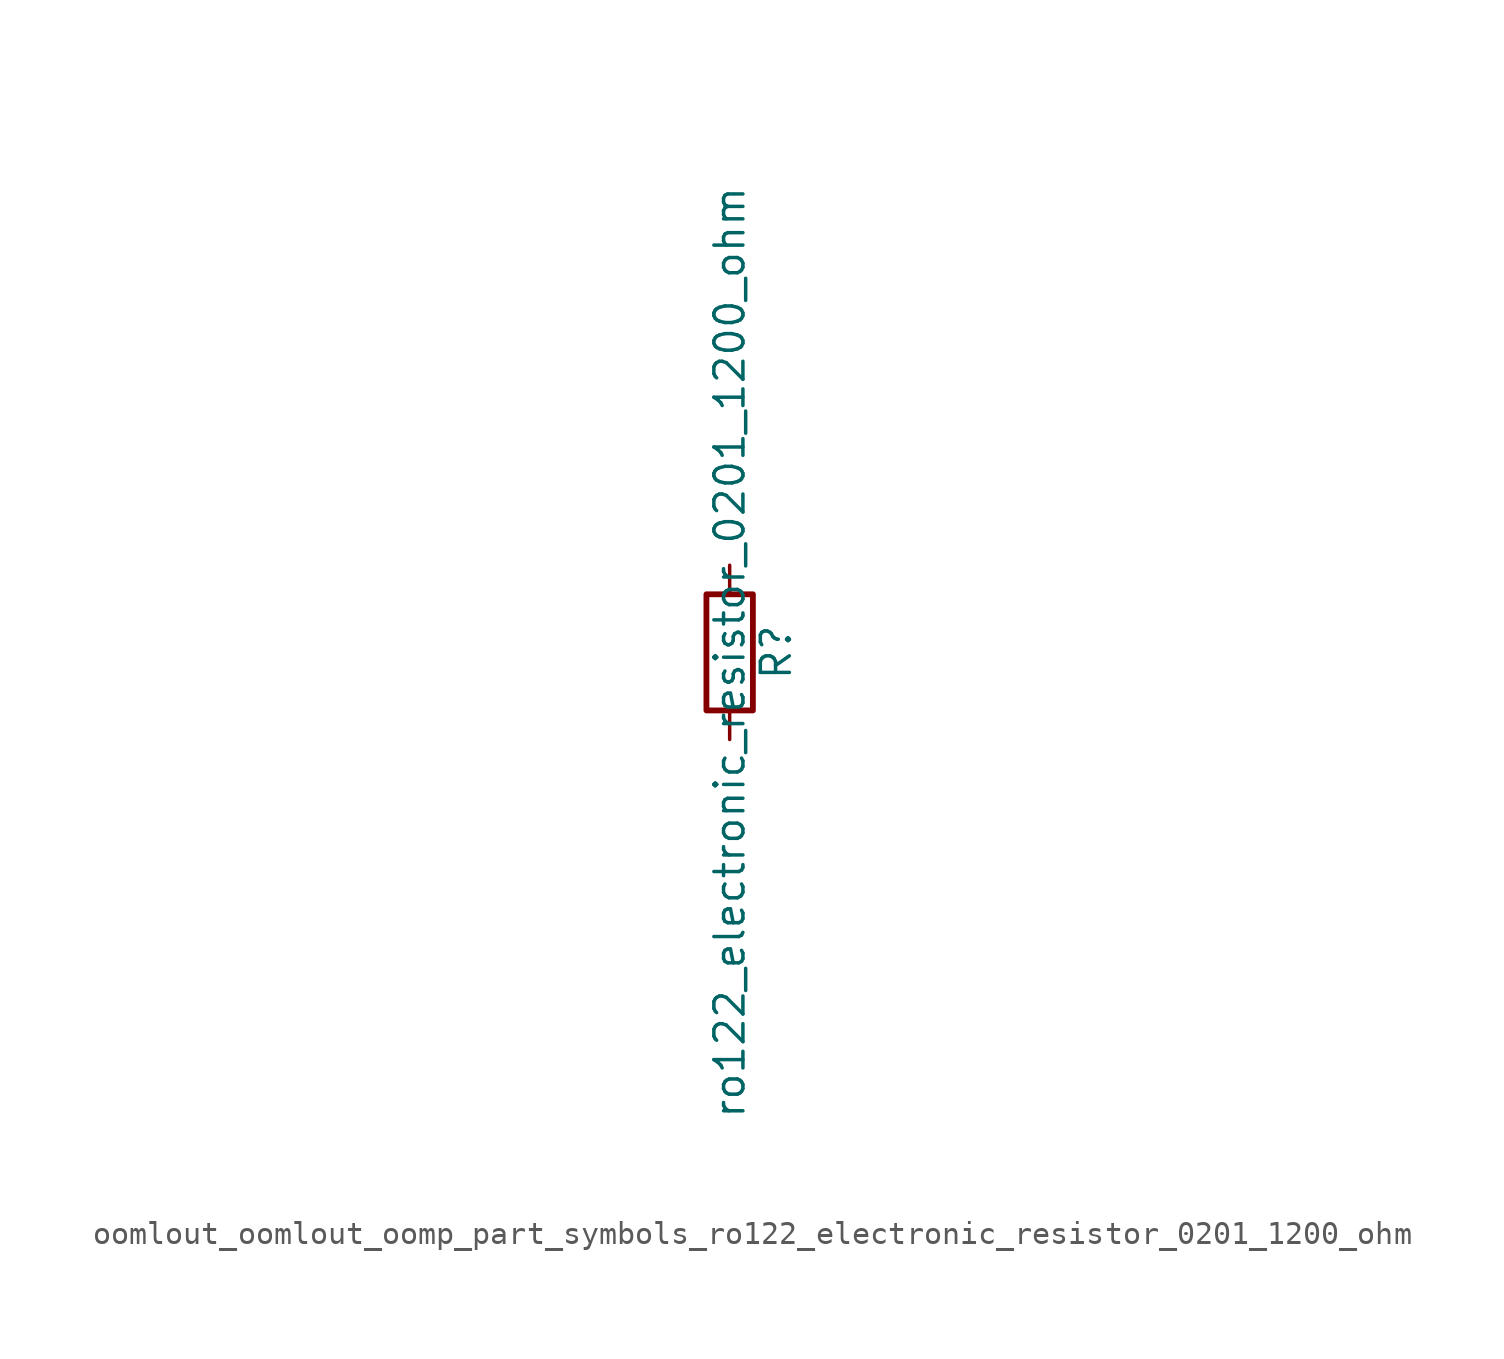
<source format=kicad_sym>
(kicad_symbol_lib
  (version 20220914)
  (generator kicad_symbol_editor)
  (symbol "oomlout_oomlout_oomp_part_symbols_ro122_electronic_resistor_0201_1200_ohm"
    (pin_numbers hide)
    (pin_names
      (offset 0))
    (property "Reference" "R"
      (at 2.032 0 90)
      (effects (font (size 1.27 1.27))))
    (property "Value" "ro122_electronic_resistor_0201_1200_ohm"
      (at 0 0 90)
      (effects (font (size 1.27 1.27))))
    (symbol "oomlout_oomlout_oomp_part_symbols_ro122_electronic_resistor_0201_1200_ohm_0_1"
      (rectangle (start -1.016 -2.54) (end 1.016 2.54) (stroke (width 0.254) (type default)) (fill (type none))))
    (symbol "oomlout_oomlout_oomp_part_symbols_ro122_electronic_resistor_0201_1200_ohm_1_1"
      (pin passive line (at 0 3.81 270) (length 1.27) (name "~" (effects (font (size 1.27 1.27)))) (number "1" (effects (font (size 1.27 1.27)))))
      (pin passive line (at 0 -3.81 90) (length 1.27) (name "~" (effects (font (size 1.27 1.27)))) (number "2" (effects (font (size 1.27 1.27))))))))
</source>
